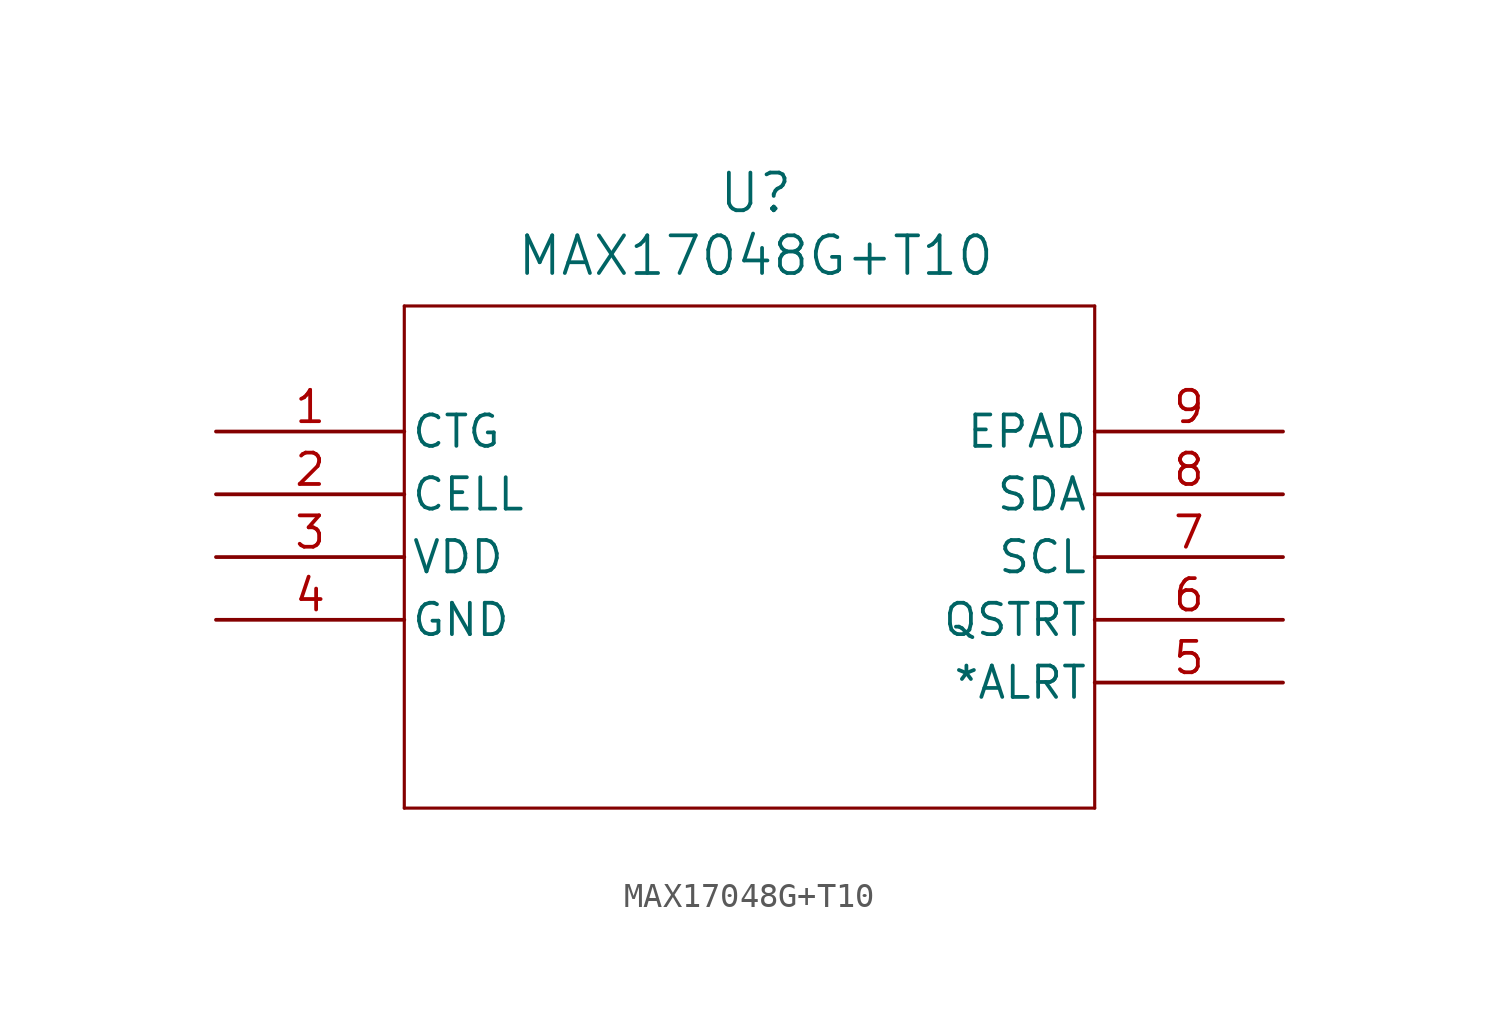
<source format=kicad_sym>
(kicad_symbol_lib
  (version 20241209)
  (generator "kicad_symbol_editor")
  (generator_version "9.0")
  (symbol "MAX17048G+T10"
    (pin_names
      (offset 0.254))
    (property "Reference" "U"
      (at 21.844 9.652 0)
      (effects (font (size 1.524 1.524))))
    (property "Value" "MAX17048G+T10"
      (at 21.844 7.112 0)
      (effects (font (size 1.524 1.524))))
    (property "ki_locked" ""
      (at 0 0 0)
      (effects (font (size 1.27 1.27))))
    (symbol "MAX17048G+T10_0_1"
      (polyline (pts (xy 7.62 5.08) (xy 7.62 -15.24)) (stroke (width 0.127) (type default)) (fill (type none)))
      (polyline (pts (xy 7.62 -15.24) (xy 35.56 -15.24)) (stroke (width 0.127) (type default)) (fill (type none)))
      (polyline (pts (xy 35.56 5.08) (xy 7.62 5.08)) (stroke (width 0.127) (type default)) (fill (type none)))
      (polyline (pts (xy 35.56 -15.24) (xy 35.56 5.08)) (stroke (width 0.127) (type default)) (fill (type none)))
      (pin unspecified line (at 0 0 0) (length 7.62) (name "CTG" (effects (font (size 1.27 1.27)))) (number "1" (effects (font (size 1.27 1.27)))))
      (pin unspecified line (at 0 -2.54 0) (length 7.62) (name "CELL" (effects (font (size 1.27 1.27)))) (number "2" (effects (font (size 1.27 1.27)))))
      (pin power_in line (at 0 -5.08 0) (length 7.62) (name "VDD" (effects (font (size 1.27 1.27)))) (number "3" (effects (font (size 1.27 1.27)))))
      (pin power_in line (at 0 -7.62 0) (length 7.62) (name "GND" (effects (font (size 1.27 1.27)))) (number "4" (effects (font (size 1.27 1.27)))))
      (pin unspecified line (at 43.18 0 180) (length 7.62) (name "EPAD" (effects (font (size 1.27 1.27)))) (number "9" (effects (font (size 1.27 1.27)))))
      (pin bidirectional line (at 43.18 -2.54 180) (length 7.62) (name "SDA" (effects (font (size 1.27 1.27)))) (number "8" (effects (font (size 1.27 1.27)))))
      (pin input line (at 43.18 -5.08 180) (length 7.62) (name "SCL" (effects (font (size 1.27 1.27)))) (number "7" (effects (font (size 1.27 1.27)))))
      (pin input line (at 43.18 -7.62 180) (length 7.62) (name "QSTRT" (effects (font (size 1.27 1.27)))) (number "6" (effects (font (size 1.27 1.27)))))
      (pin output line (at 43.18 -10.16 180) (length 7.62) (name "*ALRT" (effects (font (size 1.27 1.27)))) (number "5" (effects (font (size 1.27 1.27))))))))
</source>
